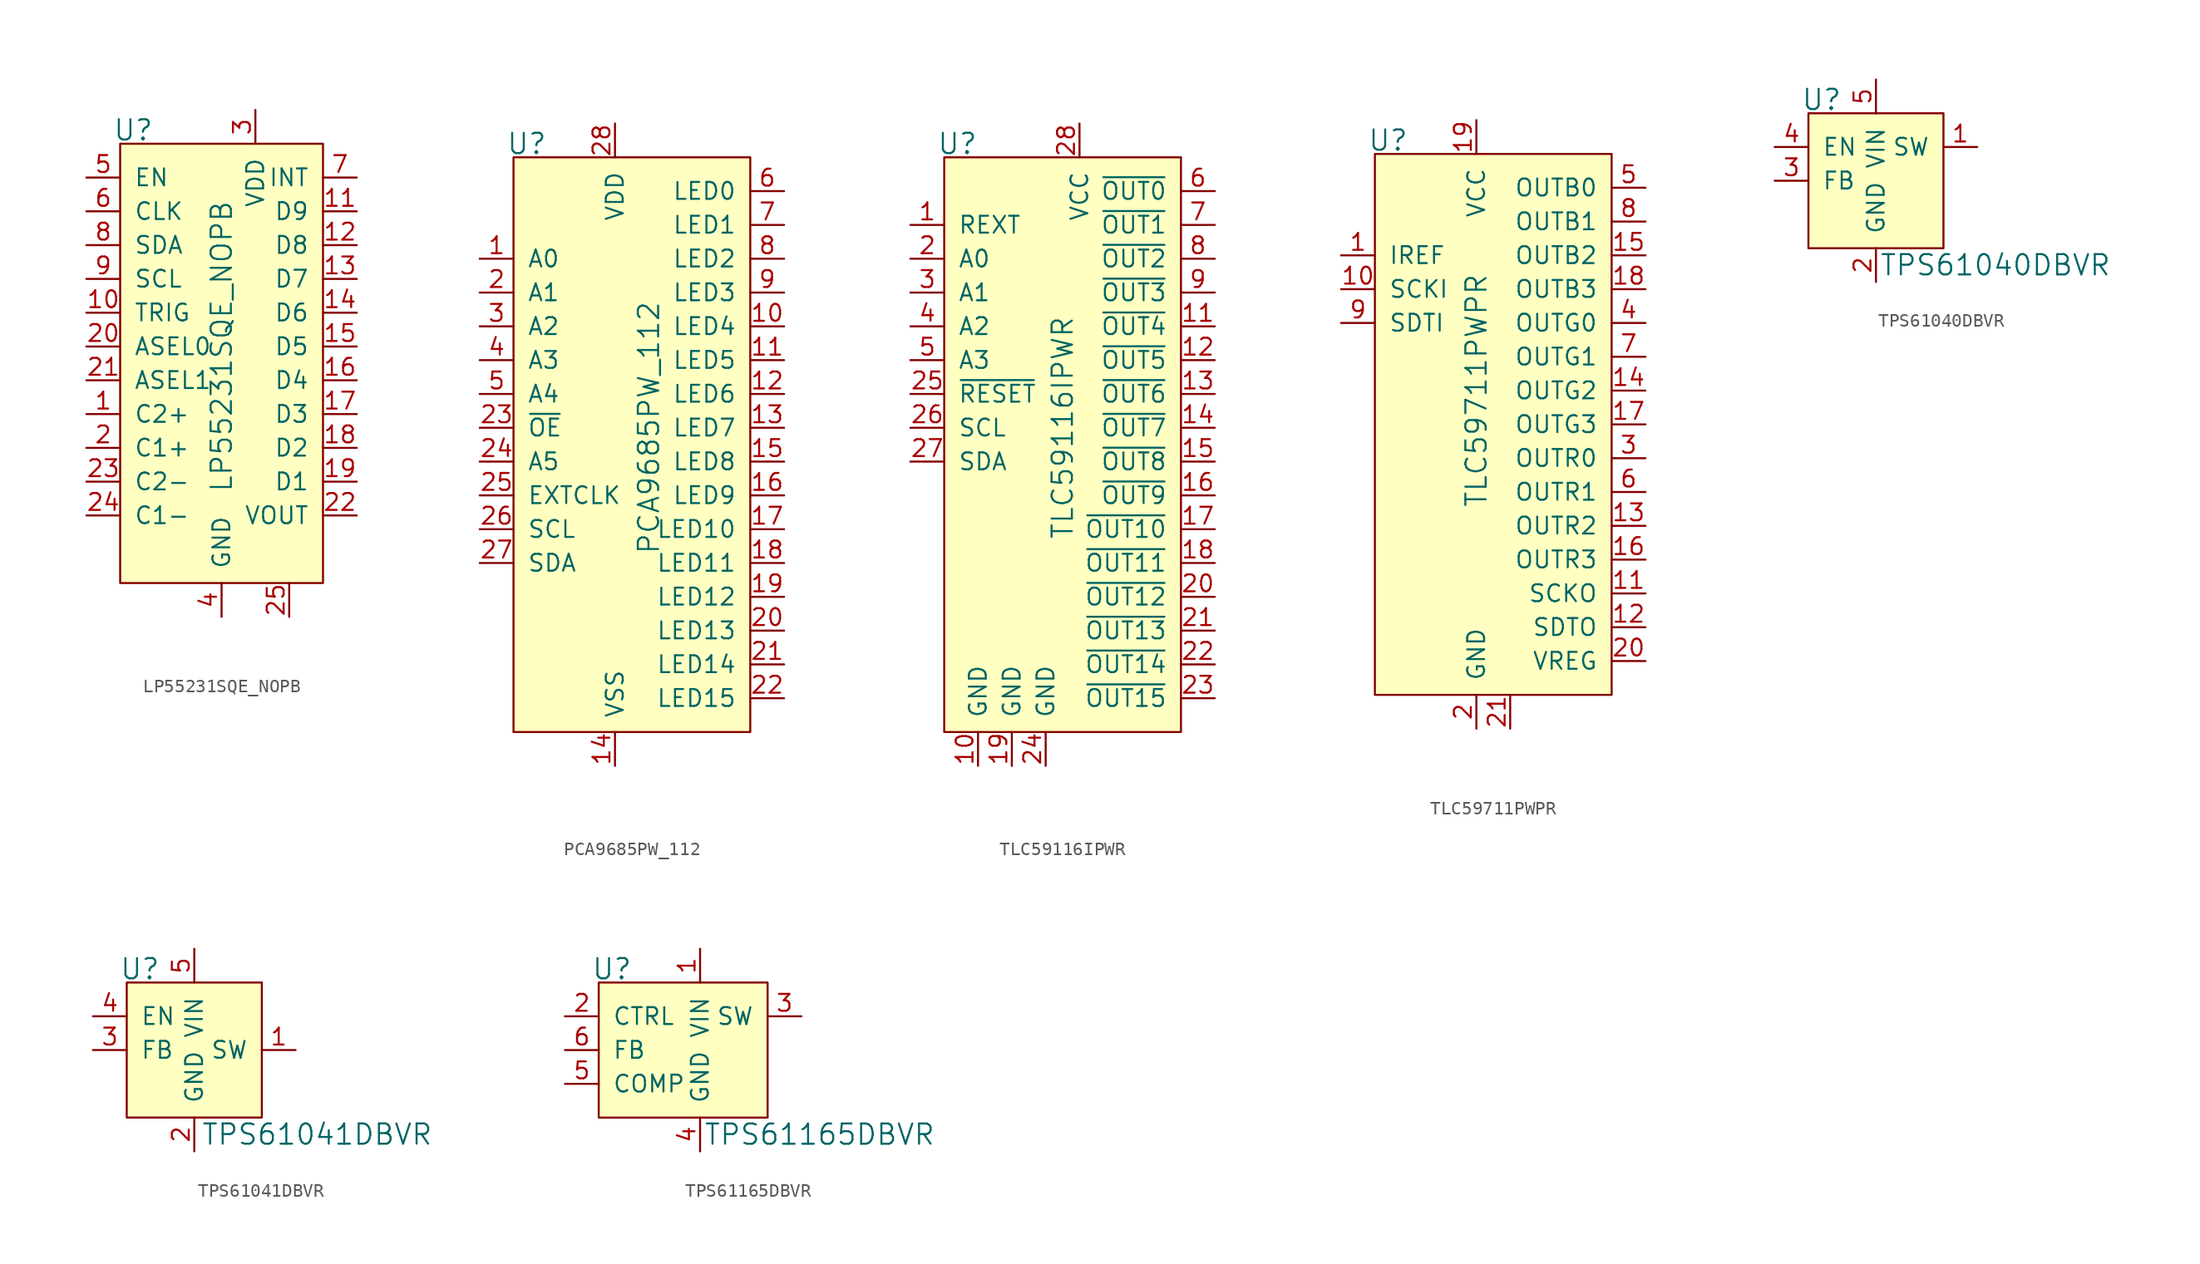
<source format=kicad_sym>
(kicad_symbol_lib
  (version 20220914)
  (generator kicad_symbol_editor)
  (symbol "LP55231SQE_NOPB"
    (pin_names
      (offset 1.016))
    (property "Reference" "U"
      (at -7.62 3.556 0)
      (effects (font (size 1.524 1.524)) (justify right)))
    (property "Value" "LP55231SQE_NOPB"
      (at -2.54 -12.7 90)
      (effects (font (size 1.524 1.524))))
    (symbol "LP55231SQE_NOPB_0_1"
      (rectangle (start -10.16 2.54) (end 5.08 -30.48) (stroke (width 0) (type solid)) (fill (type background))))
    (symbol "LP55231SQE_NOPB_1_1"
      (pin passive line (at -12.7 -17.78 0) (length 2.54) (name "C2+" (effects (font (size 1.27 1.27)))) (number "1" (effects (font (size 1.27 1.27)))))
      (pin input line (at -12.7 -10.16 0) (length 2.54) (name "TRIG" (effects (font (size 1.27 1.27)))) (number "10" (effects (font (size 1.27 1.27)))))
      (pin power_out line (at 7.62 -2.54 180) (length 2.54) (name "D9" (effects (font (size 1.27 1.27)))) (number "11" (effects (font (size 1.27 1.27)))))
      (pin power_out line (at 7.62 -5.08 180) (length 2.54) (name "D8" (effects (font (size 1.27 1.27)))) (number "12" (effects (font (size 1.27 1.27)))))
      (pin power_out line (at 7.62 -7.62 180) (length 2.54) (name "D7" (effects (font (size 1.27 1.27)))) (number "13" (effects (font (size 1.27 1.27)))))
      (pin power_out line (at 7.62 -10.16 180) (length 2.54) (name "D6" (effects (font (size 1.27 1.27)))) (number "14" (effects (font (size 1.27 1.27)))))
      (pin power_out line (at 7.62 -12.7 180) (length 2.54) (name "D5" (effects (font (size 1.27 1.27)))) (number "15" (effects (font (size 1.27 1.27)))))
      (pin power_out line (at 7.62 -15.24 180) (length 2.54) (name "D4" (effects (font (size 1.27 1.27)))) (number "16" (effects (font (size 1.27 1.27)))))
      (pin power_out line (at 7.62 -17.78 180) (length 2.54) (name "D3" (effects (font (size 1.27 1.27)))) (number "17" (effects (font (size 1.27 1.27)))))
      (pin power_out line (at 7.62 -20.32 180) (length 2.54) (name "D2" (effects (font (size 1.27 1.27)))) (number "18" (effects (font (size 1.27 1.27)))))
      (pin power_out line (at 7.62 -22.86 180) (length 2.54) (name "D1" (effects (font (size 1.27 1.27)))) (number "19" (effects (font (size 1.27 1.27)))))
      (pin passive line (at -12.7 -20.32 0) (length 2.54) (name "C1+" (effects (font (size 1.27 1.27)))) (number "2" (effects (font (size 1.27 1.27)))))
      (pin input line (at -12.7 -12.7 0) (length 2.54) (name "ASEL0" (effects (font (size 1.27 1.27)))) (number "20" (effects (font (size 1.27 1.27)))))
      (pin input line (at -12.7 -15.24 0) (length 2.54) (name "ASEL1" (effects (font (size 1.27 1.27)))) (number "21" (effects (font (size 1.27 1.27)))))
      (pin passive line (at 7.62 -25.4 180) (length 2.54) (name "VOUT" (effects (font (size 1.27 1.27)))) (number "22" (effects (font (size 1.27 1.27)))))
      (pin passive line (at -12.7 -22.86 0) (length 2.54) (name "C2-" (effects (font (size 1.27 1.27)))) (number "23" (effects (font (size 1.27 1.27)))))
      (pin passive line (at -12.7 -25.4 0) (length 2.54) (name "C1-" (effects (font (size 1.27 1.27)))) (number "24" (effects (font (size 1.27 1.27)))))
      (pin power_in line (at 2.54 -33.02 90) (length 2.54) (name "~" (effects (font (size 1.27 1.27)))) (number "25" (effects (font (size 1.27 1.27)))))
      (pin power_in line (at 0 5.08 270) (length 2.54) (name "VDD" (effects (font (size 1.27 1.27)))) (number "3" (effects (font (size 1.27 1.27)))))
      (pin power_in line (at -2.54 -33.02 90) (length 2.54) (name "GND" (effects (font (size 1.27 1.27)))) (number "4" (effects (font (size 1.27 1.27)))))
      (pin input line (at -12.7 0 0) (length 2.54) (name "EN" (effects (font (size 1.27 1.27)))) (number "5" (effects (font (size 1.27 1.27)))))
      (pin input line (at -12.7 -2.54 0) (length 2.54) (name "CLK" (effects (font (size 1.27 1.27)))) (number "6" (effects (font (size 1.27 1.27)))))
      (pin output line (at 7.62 0 180) (length 2.54) (name "INT" (effects (font (size 1.27 1.27)))) (number "7" (effects (font (size 1.27 1.27)))))
      (pin bidirectional line (at -12.7 -5.08 0) (length 2.54) (name "SDA" (effects (font (size 1.27 1.27)))) (number "8" (effects (font (size 1.27 1.27)))))
      (pin input line (at -12.7 -7.62 0) (length 2.54) (name "SCL" (effects (font (size 1.27 1.27)))) (number "9" (effects (font (size 1.27 1.27)))))))
  (symbol "PCA9685PW_112"
    (pin_names
      (offset 1.016))
    (property "Reference" "U"
      (at -7.62 21.336 0)
      (effects (font (size 1.524 1.524)) (justify right)))
    (property "Value" "PCA9685PW_112"
      (at 0 0 90)
      (effects (font (size 1.524 1.524))))
    (symbol "PCA9685PW_112_0_1"
      (rectangle (start -10.16 20.32) (end 7.62 -22.86) (stroke (width 0) (type solid)) (fill (type background))))
    (symbol "PCA9685PW_112_1_1"
      (pin input line (at -12.7 12.7 0) (length 2.54) (name "A0" (effects (font (size 1.27 1.27)))) (number "1" (effects (font (size 1.27 1.27)))))
      (pin power_out line (at 10.16 7.62 180) (length 2.54) (name "LED4" (effects (font (size 1.27 1.27)))) (number "10" (effects (font (size 1.27 1.27)))))
      (pin power_out line (at 10.16 5.08 180) (length 2.54) (name "LED5" (effects (font (size 1.27 1.27)))) (number "11" (effects (font (size 1.27 1.27)))))
      (pin power_out line (at 10.16 2.54 180) (length 2.54) (name "LED6" (effects (font (size 1.27 1.27)))) (number "12" (effects (font (size 1.27 1.27)))))
      (pin power_out line (at 10.16 0 180) (length 2.54) (name "LED7" (effects (font (size 1.27 1.27)))) (number "13" (effects (font (size 1.27 1.27)))))
      (pin power_in line (at -2.54 -25.4 90) (length 2.54) (name "VSS" (effects (font (size 1.27 1.27)))) (number "14" (effects (font (size 1.27 1.27)))))
      (pin power_out line (at 10.16 -2.54 180) (length 2.54) (name "LED8" (effects (font (size 1.27 1.27)))) (number "15" (effects (font (size 1.27 1.27)))))
      (pin power_out line (at 10.16 -5.08 180) (length 2.54) (name "LED9" (effects (font (size 1.27 1.27)))) (number "16" (effects (font (size 1.27 1.27)))))
      (pin power_out line (at 10.16 -7.62 180) (length 2.54) (name "LED10" (effects (font (size 1.27 1.27)))) (number "17" (effects (font (size 1.27 1.27)))))
      (pin power_out line (at 10.16 -10.16 180) (length 2.54) (name "LED11" (effects (font (size 1.27 1.27)))) (number "18" (effects (font (size 1.27 1.27)))))
      (pin power_out line (at 10.16 -12.7 180) (length 2.54) (name "LED12" (effects (font (size 1.27 1.27)))) (number "19" (effects (font (size 1.27 1.27)))))
      (pin input line (at -12.7 10.16 0) (length 2.54) (name "A1" (effects (font (size 1.27 1.27)))) (number "2" (effects (font (size 1.27 1.27)))))
      (pin power_out line (at 10.16 -15.24 180) (length 2.54) (name "LED13" (effects (font (size 1.27 1.27)))) (number "20" (effects (font (size 1.27 1.27)))))
      (pin power_out line (at 10.16 -17.78 180) (length 2.54) (name "LED14" (effects (font (size 1.27 1.27)))) (number "21" (effects (font (size 1.27 1.27)))))
      (pin power_out line (at 10.16 -20.32 180) (length 2.54) (name "LED15" (effects (font (size 1.27 1.27)))) (number "22" (effects (font (size 1.27 1.27)))))
      (pin input line (at -12.7 0 0) (length 2.54) (name "~{OE}" (effects (font (size 1.27 1.27)))) (number "23" (effects (font (size 1.27 1.27)))))
      (pin input line (at -12.7 -2.54 0) (length 2.54) (name "A5" (effects (font (size 1.27 1.27)))) (number "24" (effects (font (size 1.27 1.27)))))
      (pin input line (at -12.7 -5.08 0) (length 2.54) (name "EXTCLK" (effects (font (size 1.27 1.27)))) (number "25" (effects (font (size 1.27 1.27)))))
      (pin input line (at -12.7 -7.62 0) (length 2.54) (name "SCL" (effects (font (size 1.27 1.27)))) (number "26" (effects (font (size 1.27 1.27)))))
      (pin bidirectional line (at -12.7 -10.16 0) (length 2.54) (name "SDA" (effects (font (size 1.27 1.27)))) (number "27" (effects (font (size 1.27 1.27)))))
      (pin power_in line (at -2.54 22.86 270) (length 2.54) (name "VDD" (effects (font (size 1.27 1.27)))) (number "28" (effects (font (size 1.27 1.27)))))
      (pin input line (at -12.7 7.62 0) (length 2.54) (name "A2" (effects (font (size 1.27 1.27)))) (number "3" (effects (font (size 1.27 1.27)))))
      (pin input line (at -12.7 5.08 0) (length 2.54) (name "A3" (effects (font (size 1.27 1.27)))) (number "4" (effects (font (size 1.27 1.27)))))
      (pin input line (at -12.7 2.54 0) (length 2.54) (name "A4" (effects (font (size 1.27 1.27)))) (number "5" (effects (font (size 1.27 1.27)))))
      (pin power_out line (at 10.16 17.78 180) (length 2.54) (name "LED0" (effects (font (size 1.27 1.27)))) (number "6" (effects (font (size 1.27 1.27)))))
      (pin power_out line (at 10.16 15.24 180) (length 2.54) (name "LED1" (effects (font (size 1.27 1.27)))) (number "7" (effects (font (size 1.27 1.27)))))
      (pin power_out line (at 10.16 12.7 180) (length 2.54) (name "LED2" (effects (font (size 1.27 1.27)))) (number "8" (effects (font (size 1.27 1.27)))))
      (pin power_out line (at 10.16 10.16 180) (length 2.54) (name "LED3" (effects (font (size 1.27 1.27)))) (number "9" (effects (font (size 1.27 1.27)))))))
  (symbol "TLC59116IPWR"
    (pin_names
      (offset 1.016))
    (property "Reference" "U"
      (at -12.7 11.176 0)
      (effects (font (size 1.524 1.524)) (justify right)))
    (property "Value" "TLC59116IPWR"
      (at -6.35 -10.16 90)
      (effects (font (size 1.524 1.524))))
    (symbol "TLC59116IPWR_0_1"
      (rectangle (start -15.24 10.16) (end 2.54 -33.02) (stroke (width 0) (type solid)) (fill (type background))))
    (symbol "TLC59116IPWR_1_1"
      (pin passive line (at -17.78 5.08 0) (length 2.54) (name "REXT" (effects (font (size 1.27 1.27)))) (number "1" (effects (font (size 1.27 1.27)))))
      (pin power_in line (at -12.7 -35.56 90) (length 2.54) (name "GND" (effects (font (size 1.27 1.27)))) (number "10" (effects (font (size 1.27 1.27)))))
      (pin power_out line (at 5.08 -2.54 180) (length 2.54) (name "~{OUT4}" (effects (font (size 1.27 1.27)))) (number "11" (effects (font (size 1.27 1.27)))))
      (pin power_out line (at 5.08 -5.08 180) (length 2.54) (name "~{OUT5}" (effects (font (size 1.27 1.27)))) (number "12" (effects (font (size 1.27 1.27)))))
      (pin power_out line (at 5.08 -7.62 180) (length 2.54) (name "~{OUT6}" (effects (font (size 1.27 1.27)))) (number "13" (effects (font (size 1.27 1.27)))))
      (pin power_out line (at 5.08 -10.16 180) (length 2.54) (name "~{OUT7}" (effects (font (size 1.27 1.27)))) (number "14" (effects (font (size 1.27 1.27)))))
      (pin power_out line (at 5.08 -12.7 180) (length 2.54) (name "~{OUT8}" (effects (font (size 1.27 1.27)))) (number "15" (effects (font (size 1.27 1.27)))))
      (pin power_out line (at 5.08 -15.24 180) (length 2.54) (name "~{OUT9}" (effects (font (size 1.27 1.27)))) (number "16" (effects (font (size 1.27 1.27)))))
      (pin power_out line (at 5.08 -17.78 180) (length 2.54) (name "~{OUT10}" (effects (font (size 1.27 1.27)))) (number "17" (effects (font (size 1.27 1.27)))))
      (pin power_out line (at 5.08 -20.32 180) (length 2.54) (name "~{OUT11}" (effects (font (size 1.27 1.27)))) (number "18" (effects (font (size 1.27 1.27)))))
      (pin power_in line (at -10.16 -35.56 90) (length 2.54) (name "GND" (effects (font (size 1.27 1.27)))) (number "19" (effects (font (size 1.27 1.27)))))
      (pin input line (at -17.78 2.54 0) (length 2.54) (name "A0" (effects (font (size 1.27 1.27)))) (number "2" (effects (font (size 1.27 1.27)))))
      (pin power_out line (at 5.08 -22.86 180) (length 2.54) (name "~{OUT12}" (effects (font (size 1.27 1.27)))) (number "20" (effects (font (size 1.27 1.27)))))
      (pin power_out line (at 5.08 -25.4 180) (length 2.54) (name "~{OUT13}" (effects (font (size 1.27 1.27)))) (number "21" (effects (font (size 1.27 1.27)))))
      (pin power_out line (at 5.08 -27.94 180) (length 2.54) (name "~{OUT14}" (effects (font (size 1.27 1.27)))) (number "22" (effects (font (size 1.27 1.27)))))
      (pin power_out line (at 5.08 -30.48 180) (length 2.54) (name "~{OUT15}" (effects (font (size 1.27 1.27)))) (number "23" (effects (font (size 1.27 1.27)))))
      (pin power_in line (at -7.62 -35.56 90) (length 2.54) (name "GND" (effects (font (size 1.27 1.27)))) (number "24" (effects (font (size 1.27 1.27)))))
      (pin input line (at -17.78 -7.62 0) (length 2.54) (name "~{RESET}" (effects (font (size 1.27 1.27)))) (number "25" (effects (font (size 1.27 1.27)))))
      (pin input line (at -17.78 -10.16 0) (length 2.54) (name "SCL" (effects (font (size 1.27 1.27)))) (number "26" (effects (font (size 1.27 1.27)))))
      (pin bidirectional line (at -17.78 -12.7 0) (length 2.54) (name "SDA" (effects (font (size 1.27 1.27)))) (number "27" (effects (font (size 1.27 1.27)))))
      (pin power_in line (at -5.08 12.7 270) (length 2.54) (name "VCC" (effects (font (size 1.27 1.27)))) (number "28" (effects (font (size 1.27 1.27)))))
      (pin input line (at -17.78 0 0) (length 2.54) (name "A1" (effects (font (size 1.27 1.27)))) (number "3" (effects (font (size 1.27 1.27)))))
      (pin input line (at -17.78 -2.54 0) (length 2.54) (name "A2" (effects (font (size 1.27 1.27)))) (number "4" (effects (font (size 1.27 1.27)))))
      (pin input line (at -17.78 -5.08 0) (length 2.54) (name "A3" (effects (font (size 1.27 1.27)))) (number "5" (effects (font (size 1.27 1.27)))))
      (pin power_out line (at 5.08 7.62 180) (length 2.54) (name "~{OUT0}" (effects (font (size 1.27 1.27)))) (number "6" (effects (font (size 1.27 1.27)))))
      (pin power_out line (at 5.08 5.08 180) (length 2.54) (name "~{OUT1}" (effects (font (size 1.27 1.27)))) (number "7" (effects (font (size 1.27 1.27)))))
      (pin power_out line (at 5.08 2.54 180) (length 2.54) (name "~{OUT2}" (effects (font (size 1.27 1.27)))) (number "8" (effects (font (size 1.27 1.27)))))
      (pin power_out line (at 5.08 0 180) (length 2.54) (name "~{OUT3}" (effects (font (size 1.27 1.27)))) (number "9" (effects (font (size 1.27 1.27)))))))
  (symbol "TLC59711PWPR"
    (pin_names
      (offset 1.016))
    (property "Reference" "U"
      (at -5.08 11.176 0)
      (effects (font (size 1.524 1.524)) (justify right)))
    (property "Value" "TLC59711PWPR"
      (at 0 -7.62 90)
      (effects (font (size 1.524 1.524))))
    (symbol "TLC59711PWPR_0_1"
      (rectangle (start -7.62 10.16) (end 10.16 -30.48) (stroke (width 0) (type solid)) (fill (type background))))
    (symbol "TLC59711PWPR_1_1"
      (pin passive line (at -10.16 2.54 0) (length 2.54) (name "IREF" (effects (font (size 1.27 1.27)))) (number "1" (effects (font (size 1.27 1.27)))))
      (pin input line (at -10.16 0 0) (length 2.54) (name "SCKI" (effects (font (size 1.27 1.27)))) (number "10" (effects (font (size 1.27 1.27)))))
      (pin output line (at 12.7 -22.86 180) (length 2.54) (name "SCKO" (effects (font (size 1.27 1.27)))) (number "11" (effects (font (size 1.27 1.27)))))
      (pin output line (at 12.7 -25.4 180) (length 2.54) (name "SDTO" (effects (font (size 1.27 1.27)))) (number "12" (effects (font (size 1.27 1.27)))))
      (pin power_out line (at 12.7 -17.78 180) (length 2.54) (name "OUTR2" (effects (font (size 1.27 1.27)))) (number "13" (effects (font (size 1.27 1.27)))))
      (pin power_out line (at 12.7 -7.62 180) (length 2.54) (name "OUTG2" (effects (font (size 1.27 1.27)))) (number "14" (effects (font (size 1.27 1.27)))))
      (pin power_out line (at 12.7 2.54 180) (length 2.54) (name "OUTB2" (effects (font (size 1.27 1.27)))) (number "15" (effects (font (size 1.27 1.27)))))
      (pin power_out line (at 12.7 -20.32 180) (length 2.54) (name "OUTR3" (effects (font (size 1.27 1.27)))) (number "16" (effects (font (size 1.27 1.27)))))
      (pin power_out line (at 12.7 -10.16 180) (length 2.54) (name "OUTG3" (effects (font (size 1.27 1.27)))) (number "17" (effects (font (size 1.27 1.27)))))
      (pin power_out line (at 12.7 0 180) (length 2.54) (name "OUTB3" (effects (font (size 1.27 1.27)))) (number "18" (effects (font (size 1.27 1.27)))))
      (pin power_in line (at 0 12.7 270) (length 2.54) (name "VCC" (effects (font (size 1.27 1.27)))) (number "19" (effects (font (size 1.27 1.27)))))
      (pin power_in line (at 0 -33.02 90) (length 2.54) (name "GND" (effects (font (size 1.27 1.27)))) (number "2" (effects (font (size 1.27 1.27)))))
      (pin power_out line (at 12.7 -27.94 180) (length 2.54) (name "VREG" (effects (font (size 1.27 1.27)))) (number "20" (effects (font (size 1.27 1.27)))))
      (pin power_in line (at 2.54 -33.02 90) (length 2.54) (name "~" (effects (font (size 1.27 1.27)))) (number "21" (effects (font (size 1.27 1.27)))))
      (pin power_out line (at 12.7 -12.7 180) (length 2.54) (name "OUTR0" (effects (font (size 1.27 1.27)))) (number "3" (effects (font (size 1.27 1.27)))))
      (pin power_out line (at 12.7 -2.54 180) (length 2.54) (name "OUTG0" (effects (font (size 1.27 1.27)))) (number "4" (effects (font (size 1.27 1.27)))))
      (pin power_out line (at 12.7 7.62 180) (length 2.54) (name "OUTB0" (effects (font (size 1.27 1.27)))) (number "5" (effects (font (size 1.27 1.27)))))
      (pin power_out line (at 12.7 -15.24 180) (length 2.54) (name "OUTR1" (effects (font (size 1.27 1.27)))) (number "6" (effects (font (size 1.27 1.27)))))
      (pin power_out line (at 12.7 -5.08 180) (length 2.54) (name "OUTG1" (effects (font (size 1.27 1.27)))) (number "7" (effects (font (size 1.27 1.27)))))
      (pin power_out line (at 12.7 5.08 180) (length 2.54) (name "OUTB1" (effects (font (size 1.27 1.27)))) (number "8" (effects (font (size 1.27 1.27)))))
      (pin input line (at -10.16 -2.54 0) (length 2.54) (name "SDTI" (effects (font (size 1.27 1.27)))) (number "9" (effects (font (size 1.27 1.27)))))))
  (symbol "TPS61040DBVR"
    (pin_names
      (offset 1.016))
    (property "Reference" "U"
      (at -2.54 6.096 0)
      (effects (font (size 1.524 1.524)) (justify right)))
    (property "Value" "TPS61040DBVR"
      (at 0.254 -6.35 0)
      (effects (font (size 1.524 1.524)) (justify left)))
    (symbol "TPS61040DBVR_0_1"
      (rectangle (start -5.08 5.08) (end 5.08 -5.08) (stroke (width 0) (type solid)) (fill (type background))))
    (symbol "TPS61040DBVR_1_1"
      (pin power_out line (at 7.62 2.54 180) (length 2.54) (name "SW" (effects (font (size 1.27 1.27)))) (number "1" (effects (font (size 1.27 1.27)))))
      (pin power_in line (at 0 -7.62 90) (length 2.54) (name "GND" (effects (font (size 1.27 1.27)))) (number "2" (effects (font (size 1.27 1.27)))))
      (pin passive line (at -7.62 0 0) (length 2.54) (name "FB" (effects (font (size 1.27 1.27)))) (number "3" (effects (font (size 1.27 1.27)))))
      (pin input line (at -7.62 2.54 0) (length 2.54) (name "EN" (effects (font (size 1.27 1.27)))) (number "4" (effects (font (size 1.27 1.27)))))
      (pin power_in line (at 0 7.62 270) (length 2.54) (name "VIN" (effects (font (size 1.27 1.27)))) (number "5" (effects (font (size 1.27 1.27)))))))
  (symbol "TPS61041DBVR"
    (pin_names
      (offset 1.016))
    (property "Reference" "U"
      (at -2.54 6.096 0)
      (effects (font (size 1.524 1.524)) (justify right)))
    (property "Value" "TPS61041DBVR"
      (at 0.508 -6.35 0)
      (effects (font (size 1.524 1.524)) (justify left)))
    (symbol "TPS61041DBVR_0_1"
      (rectangle (start -5.08 5.08) (end 5.08 -5.08) (stroke (width 0) (type solid)) (fill (type background))))
    (symbol "TPS61041DBVR_1_1"
      (pin power_out line (at 7.62 0 180) (length 2.54) (name "SW" (effects (font (size 1.27 1.27)))) (number "1" (effects (font (size 1.27 1.27)))))
      (pin power_in line (at 0 -7.62 90) (length 2.54) (name "GND" (effects (font (size 1.27 1.27)))) (number "2" (effects (font (size 1.27 1.27)))))
      (pin passive line (at -7.62 0 0) (length 2.54) (name "FB" (effects (font (size 1.27 1.27)))) (number "3" (effects (font (size 1.27 1.27)))))
      (pin input line (at -7.62 2.54 0) (length 2.54) (name "EN" (effects (font (size 1.27 1.27)))) (number "4" (effects (font (size 1.27 1.27)))))
      (pin power_in line (at 0 7.62 270) (length 2.54) (name "VIN" (effects (font (size 1.27 1.27)))) (number "5" (effects (font (size 1.27 1.27)))))))
  (symbol "TPS61165DBVR"
    (pin_names
      (offset 1.016))
    (property "Reference" "U"
      (at -5.08 6.096 0)
      (effects (font (size 1.524 1.524)) (justify right)))
    (property "Value" "TPS61165DBVR"
      (at 0.254 -6.35 0)
      (effects (font (size 1.524 1.524)) (justify left)))
    (symbol "TPS61165DBVR_1_1"
      (rectangle (start -7.62 5.08) (end 5.08 -5.08) (stroke (width 0) (type solid)) (fill (type background)))
      (pin power_in line (at 0 7.62 270) (length 2.54) (name "VIN" (effects (font (size 1.27 1.27)))) (number "1" (effects (font (size 1.27 1.27)))))
      (pin input line (at -10.16 2.54 0) (length 2.54) (name "CTRL" (effects (font (size 1.27 1.27)))) (number "2" (effects (font (size 1.27 1.27)))))
      (pin power_out line (at 7.62 2.54 180) (length 2.54) (name "SW" (effects (font (size 1.27 1.27)))) (number "3" (effects (font (size 1.27 1.27)))))
      (pin power_in line (at 0 -7.62 90) (length 2.54) (name "GND" (effects (font (size 1.27 1.27)))) (number "4" (effects (font (size 1.27 1.27)))))
      (pin passive line (at -10.16 -2.54 0) (length 2.54) (name "COMP" (effects (font (size 1.27 1.27)))) (number "5" (effects (font (size 1.27 1.27)))))
      (pin passive line (at -10.16 0 0) (length 2.54) (name "FB" (effects (font (size 1.27 1.27)))) (number "6" (effects (font (size 1.27 1.27))))))))
</source>
